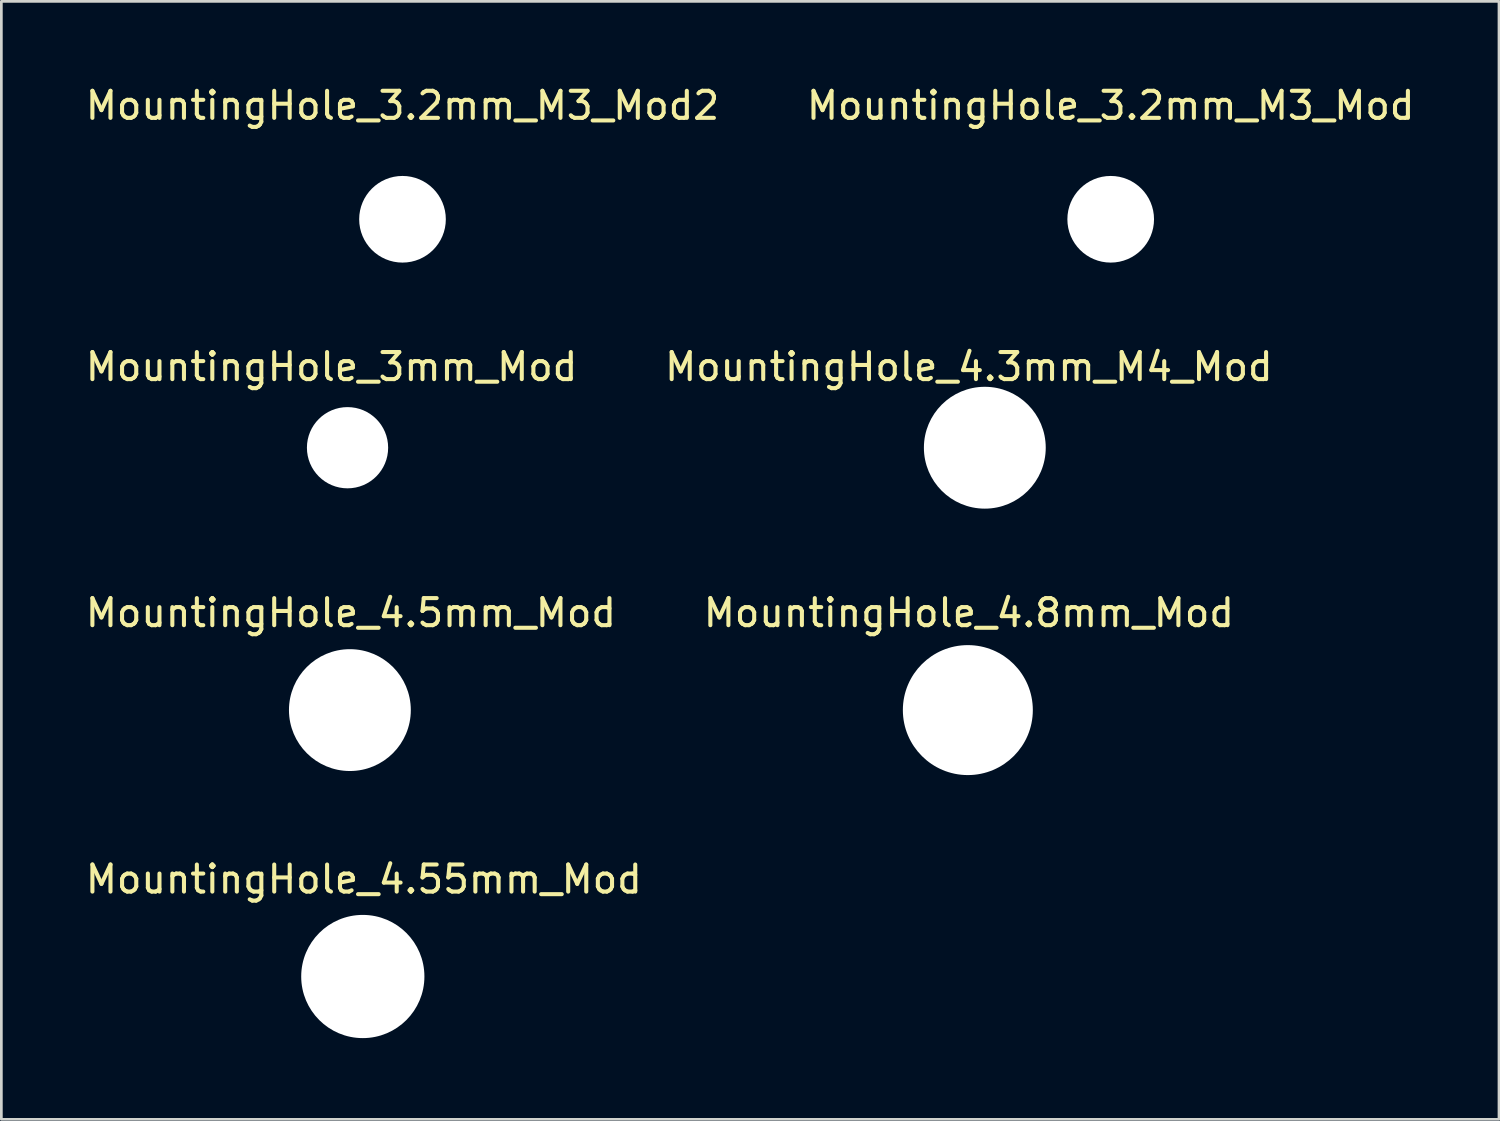
<source format=kicad_pcb>
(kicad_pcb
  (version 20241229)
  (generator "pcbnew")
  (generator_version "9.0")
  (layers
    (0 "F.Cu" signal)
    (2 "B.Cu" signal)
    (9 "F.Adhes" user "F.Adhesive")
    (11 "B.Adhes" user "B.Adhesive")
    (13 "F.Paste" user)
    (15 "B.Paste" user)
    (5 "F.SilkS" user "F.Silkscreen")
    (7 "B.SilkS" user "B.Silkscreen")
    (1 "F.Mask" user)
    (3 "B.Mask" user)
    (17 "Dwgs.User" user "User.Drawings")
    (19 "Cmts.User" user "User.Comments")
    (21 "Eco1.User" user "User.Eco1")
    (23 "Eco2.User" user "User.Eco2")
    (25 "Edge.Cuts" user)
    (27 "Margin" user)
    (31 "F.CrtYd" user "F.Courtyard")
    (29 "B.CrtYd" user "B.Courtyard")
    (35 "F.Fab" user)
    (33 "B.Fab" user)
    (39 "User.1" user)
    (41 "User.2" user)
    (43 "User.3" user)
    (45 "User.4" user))
  (footprint "MountingHole_4.55mm_Mod"
    (layer "F.Cu")
    (at 10.349 33.014)
    (property "Reference" "MountingHole_4.55mm_Mod" (at 0.038 -3.591 0) (layer "F.SilkS") (effects (font (size 1 1) (thickness 0.15))))
    (attr exclude_from_pos_files exclude_from_bom)
    (pad "" np_thru_hole circle (at 0 0) (size 4.55 4.55) (drill 4.55) (layers "*.Cu" "*.Mask")))
  (footprint "MountingHole_4.8mm_Mod"
    (layer "F.Cu")
    (at 32.694 23.175)
    (property "Reference" "MountingHole_4.8mm_Mod" (at 0.038 -3.591 0) (layer "F.SilkS") (effects (font (size 1 1) (thickness 0.15))))
    (attr exclude_from_pos_files exclude_from_bom)
    (pad "" np_thru_hole circle (at 0 0) (size 4.8 4.8) (drill 4.8) (layers "*.Cu" "*.Mask")))
  (footprint "MountingHole_4.5mm_Mod"
    (layer "F.Cu")
    (at 9.872 23.175)
    (property "Reference" "MountingHole_4.5mm_Mod" (at 0.038 -3.591 0) (layer "F.SilkS") (effects (font (size 1 1) (thickness 0.15))))
    (attr exclude_from_pos_files exclude_from_bom)
    (pad "" np_thru_hole circle (at 0 0) (size 4.5 4.5) (drill 4.5) (layers "*.Cu" "*.Mask")))
  (footprint "MountingHole_3.2mm_M3_Mod"
    (layer "F.Cu")
    (at 37.97 5.048)
    (property "Reference" "MountingHole_3.2mm_M3_Mod" (at 0 -4.2 0) (layer "F.SilkS") (effects (font (size 1 1) (thickness 0.15))))
    (attr exclude_from_pos_files exclude_from_bom)
    (pad "" np_thru_hole circle (at 0 0) (size 3.2 3.2) (drill 3.2) (layers "*.Cu" "*.Mask")))
  (footprint "MountingHole_3.2mm_M3_Mod2"
    (layer "F.Cu")
    (at 11.815 5.048)
    (property "Reference" "MountingHole_3.2mm_M3_Mod2" (at 0 -4.2 0) (layer "F.SilkS") (effects (font (size 1 1) (thickness 0.15))))
    (attr exclude_from_pos_files exclude_from_bom)
    (pad "" np_thru_hole circle (at 0 0) (size 3.2 3.2) (drill 3.2) (layers "*.Cu" "*.Mask")))
  (footprint "MountingHole_4.3mm_M4_Mod"
    (layer "F.Cu")
    (at 33.321 13.485)
    (property "Reference" "MountingHole_4.3mm_M4_Mod" (at -0.589 -2.988 0) (layer "F.SilkS") (effects (font (size 1 1) (thickness 0.15))))
    (attr exclude_from_pos_files exclude_from_bom)
    (pad "" np_thru_hole circle (at 0 0) (size 4.5 4.5) (drill 4.5) (layers "*.Cu" "*.Mask")))
  (footprint "MountingHole_3mm_Mod"
    (layer "F.Cu")
    (at 9.785 13.485)
    (property "Reference" "MountingHole_3mm_Mod" (at -0.589 -2.988 0) (layer "F.SilkS") (effects (font (size 1 1) (thickness 0.15))))
    (attr exclude_from_pos_files exclude_from_bom)
    (pad "" np_thru_hole circle (at 0 0) (size 3 3) (drill 3) (layers "*.Cu" "*.Mask")))
  (gr_rect
    (start -3 -3)
    (end 52.31 38.289)
    (stroke (width 0.1) (type default))
    (fill no)
    (layer "Edge.Cuts")))
</source>
